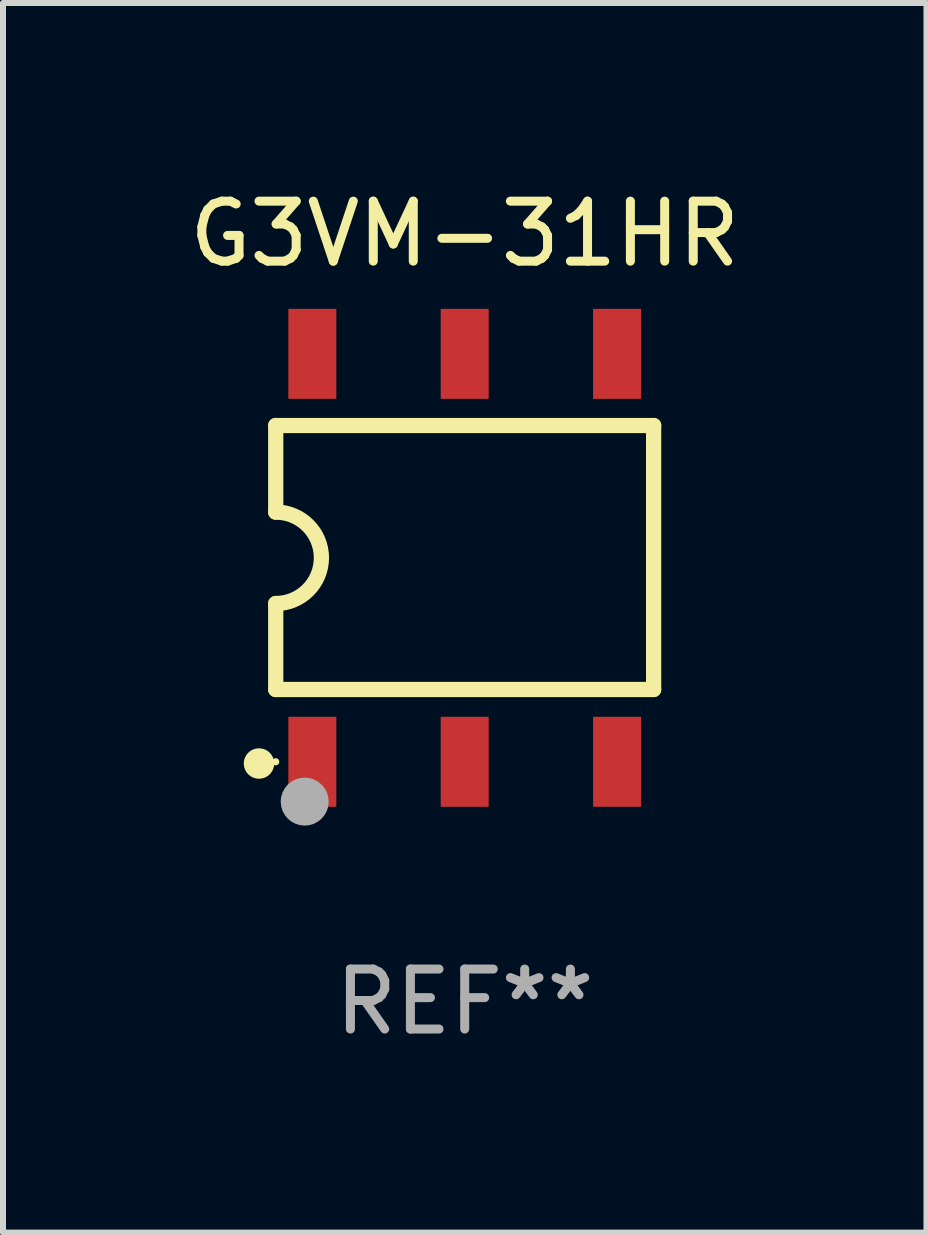
<source format=kicad_pcb>
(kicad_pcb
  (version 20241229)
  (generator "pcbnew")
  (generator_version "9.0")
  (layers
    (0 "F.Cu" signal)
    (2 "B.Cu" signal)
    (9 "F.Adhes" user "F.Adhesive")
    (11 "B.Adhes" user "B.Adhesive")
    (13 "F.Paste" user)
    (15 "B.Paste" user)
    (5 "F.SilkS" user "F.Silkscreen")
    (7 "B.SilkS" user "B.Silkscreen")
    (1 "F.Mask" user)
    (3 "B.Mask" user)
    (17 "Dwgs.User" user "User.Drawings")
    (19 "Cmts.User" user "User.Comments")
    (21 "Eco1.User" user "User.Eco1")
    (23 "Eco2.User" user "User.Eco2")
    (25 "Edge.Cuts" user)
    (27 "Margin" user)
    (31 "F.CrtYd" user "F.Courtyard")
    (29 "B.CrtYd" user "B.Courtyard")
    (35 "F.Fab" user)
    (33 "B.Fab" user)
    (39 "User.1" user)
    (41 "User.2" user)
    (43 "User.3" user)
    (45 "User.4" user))
  (footprint "G3VM-31HR"
    (layer "F.Cu")
    (at 4.696 6.248)
    (property "Reference" "G3VM-31HR" (at 0 -5.4 0) (layer "F.SilkS") (effects (font (size 1 1) (thickness 0.15))))
    (attr through_hole)
    (fp_line (start -3.15 -2.205) (end -3.15 -0.762) (stroke (width 0.254) (type solid)) (layer "F.SilkS"))
    (fp_line (start -3.15 -2.205) (end 3.15 -2.205) (stroke (width 0.254) (type solid)) (layer "F.SilkS"))
    (fp_line (start -3.15 2.195) (end -3.15 0.762) (stroke (width 0.254) (type solid)) (layer "F.SilkS"))
    (fp_line (start -3.15 2.195) (end 3.15 2.195) (stroke (width 0.254) (type solid)) (layer "F.SilkS"))
    (fp_line (start 3.149 -2.205) (end 3.149 2.195) (stroke (width 0.254) (type solid)) (layer "F.SilkS"))
    (fp_arc (start -3.150623 -0.761874) (mid -2.388672 -0.000241) (end -3.150013 0.762002) (stroke (width 0.254001) (type solid)) (layer "F.SilkS"))
    (fp_circle (center -3.429 3.429) (end -3.302 3.429) (stroke (width 0.254) (type solid)) (fill no) (layer "F.SilkS"))
    (fp_circle (center -3.15 3.4) (end -3.12 3.4) (stroke (width 0.06) (type solid)) (fill no) (layer "F.SilkS"))
    (fp_circle (center -2.667 4.064) (end -2.467 4.064) (stroke (width 0.4) (type solid)) (fill no) (layer "F.Fab"))
    (fp_text user "REF**" (at 0 7.4 0) (layer "F.Fab") (effects (font (size 1 1) (thickness 0.15))))
    (pad "1" smd rect (at -2.54 3.4) (size 0.8 1.5) (layers "F.Cu" "F.Mask" "F.Paste"))
    (pad "2" smd rect (at 0 3.4) (size 0.8 1.5) (layers "F.Cu" "F.Mask" "F.Paste"))
    (pad "3" smd rect (at 2.54 3.4) (size 0.8 1.5) (layers "F.Cu" "F.Mask" "F.Paste"))
    (pad "4" smd rect (at 2.54 -3.4) (size 0.8 1.5) (layers "F.Cu" "F.Mask" "F.Paste"))
    (pad "5" smd rect (at 0 -3.4) (size 0.8 1.5) (layers "F.Cu" "F.Mask" "F.Paste"))
    (pad "6" smd rect (at -2.54 -3.4) (size 0.8 1.5) (layers "F.Cu" "F.Mask" "F.Paste")))
  (gr_rect
    (start -3 -3)
    (end 12.393 17.496)
    (stroke (width 0.1) (type default))
    (fill no)
    (layer "Edge.Cuts")))
</source>
